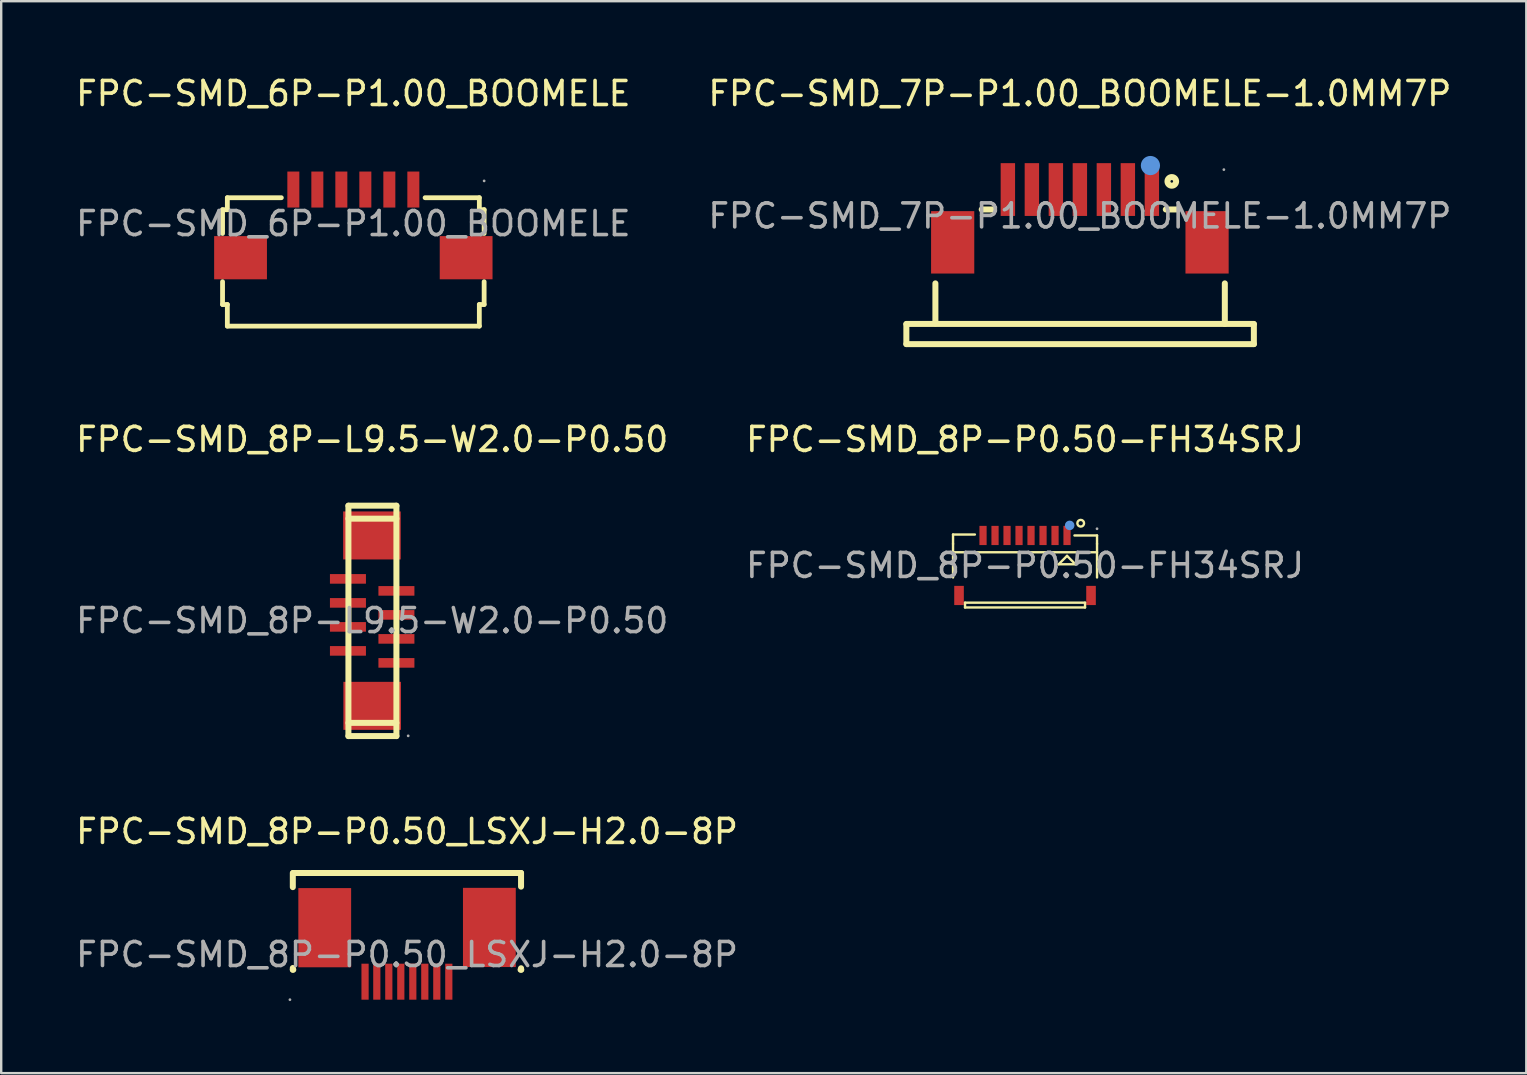
<source format=kicad_pcb>
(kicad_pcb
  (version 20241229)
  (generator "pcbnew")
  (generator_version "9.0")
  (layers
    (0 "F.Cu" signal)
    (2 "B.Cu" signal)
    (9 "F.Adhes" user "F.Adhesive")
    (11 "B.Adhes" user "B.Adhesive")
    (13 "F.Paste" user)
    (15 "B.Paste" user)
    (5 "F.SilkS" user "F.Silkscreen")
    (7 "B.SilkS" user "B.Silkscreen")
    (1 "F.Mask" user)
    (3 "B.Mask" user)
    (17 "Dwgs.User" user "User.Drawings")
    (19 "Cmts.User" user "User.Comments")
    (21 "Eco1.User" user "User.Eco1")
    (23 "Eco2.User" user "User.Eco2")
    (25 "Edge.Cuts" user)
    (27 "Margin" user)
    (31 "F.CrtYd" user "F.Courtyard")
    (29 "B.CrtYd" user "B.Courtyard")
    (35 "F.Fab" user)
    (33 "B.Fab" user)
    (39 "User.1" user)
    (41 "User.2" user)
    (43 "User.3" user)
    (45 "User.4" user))
  (footprint "FPC-SMD_8P-P0.50-FH34SRJ"
    (layer "F.Cu")
    (at 39.661 20.512)
    (property "Reference" "FPC-SMD_8P-P0.50-FH34SRJ" (at 0 -5.25 0) (layer "F.SilkS") (effects (font (size 1 1) (thickness 0.15))))
    (attr through_hole)
    (fp_line (start -3 -1.29) (end -2.09 -1.29) (stroke (width 0.1) (type solid)) (layer "F.SilkS"))
    (fp_line (start -3 -0.9) (end -3 -1.29) (stroke (width 0.1) (type solid)) (layer "F.SilkS"))
    (fp_line (start -3 -0.9) (end -3 0.5) (stroke (width 0.1) (type solid)) (layer "F.SilkS"))
    (fp_line (start -3 -0.55) (end 3 -0.55) (stroke (width 0.1) (type solid)) (layer "F.SilkS"))
    (fp_line (start -2.5 1.55) (end -2.5 1.75) (stroke (width 0.1) (type solid)) (layer "F.SilkS"))
    (fp_line (start -2.5 1.75) (end 2.5 1.75) (stroke (width 0.1) (type solid)) (layer "F.SilkS"))
    (fp_line (start 1.4 -0.05) (end 2.1 -0.05) (stroke (width 0.1) (type solid)) (layer "F.SilkS"))
    (fp_line (start 1.75 -0.4) (end 1.4 -0.05) (stroke (width 0.1) (type solid)) (layer "F.SilkS"))
    (fp_line (start 2.1 -0.05) (end 1.75 -0.4) (stroke (width 0.1) (type solid)) (layer "F.SilkS"))
    (fp_line (start 2.5 1.55) (end -2.5 1.55) (stroke (width 0.1) (type solid)) (layer "F.SilkS"))
    (fp_line (start 2.5 1.55) (end 2.5 1.75) (stroke (width 0.1) (type solid)) (layer "F.SilkS"))
    (fp_line (start 3 -1.25) (end 2.06 -1.25) (stroke (width 0.1) (type solid)) (layer "F.SilkS"))
    (fp_line (start 3 -0.9) (end 3 -1.25) (stroke (width 0.1) (type solid)) (layer "F.SilkS"))
    (fp_line (start 3 0.5) (end 3 -0.9) (stroke (width 0.1) (type solid)) (layer "F.SilkS"))
    (fp_circle (center 2.32 -1.76) (end 2.46 -1.76) (stroke (width 0.1) (type solid)) (fill no) (layer "F.SilkS"))
    (fp_circle (center 1.86 -1.67) (end 1.96 -1.67) (stroke (width 0.2) (type solid)) (fill no) (layer "Cmts.User"))
    (fp_circle (center 3 -1.53) (end 3.03 -1.53) (stroke (width 0.06) (type solid)) (fill no) (layer "F.Fab"))
    (fp_text user "${REFERENCE}" (at 0 0 0) (layer "F.Fab") (effects (font (size 1 1) (thickness 0.15))))
    (pad "0" smd rect (at -2.75 1.25) (size 0.4 0.8) (layers "F.Cu" "F.Mask" "F.Paste"))
    (pad "0" smd rect (at 2.75 1.25 180) (size 0.4 0.8) (layers "F.Cu" "F.Mask" "F.Paste"))
    (pad "1" smd rect (at 1.75 -1.25 180) (size 0.3 0.8) (layers "F.Cu" "F.Mask" "F.Paste"))
    (pad "2" smd rect (at 1.25 -1.25 180) (size 0.3 0.8) (layers "F.Cu" "F.Mask" "F.Paste"))
    (pad "3" smd rect (at 0.75 -1.25 180) (size 0.3 0.8) (layers "F.Cu" "F.Mask" "F.Paste"))
    (pad "4" smd rect (at 0.25 -1.25 180) (size 0.3 0.8) (layers "F.Cu" "F.Mask" "F.Paste"))
    (pad "5" smd rect (at -0.25 -1.25 180) (size 0.3 0.8) (layers "F.Cu" "F.Mask" "F.Paste"))
    (pad "6" smd rect (at -0.75 -1.25 180) (size 0.3 0.8) (layers "F.Cu" "F.Mask" "F.Paste"))
    (pad "7" smd rect (at -1.25 -1.25 180) (size 0.3 0.8) (layers "F.Cu" "F.Mask" "F.Paste"))
    (pad "8" smd rect (at -1.75 -1.25 180) (size 0.3 0.8) (layers "F.Cu" "F.Mask" "F.Paste")))
  (footprint "FPC-SMD_7P-P1.00_BOOMELE-1.0MM7P"
    (layer "F.Cu")
    (at 41.946 5.948)
    (property "Reference" "FPC-SMD_7P-P1.00_BOOMELE-1.0MM7P" (at 0 -5.1 0) (layer "F.SilkS") (effects (font (size 1 1) (thickness 0.15))))
    (attr through_hole)
    (fp_line (start -7.23 5.34) (end -7.23 4.51) (stroke (width 0.25) (type solid)) (layer "F.SilkS"))
    (fp_line (start -7.23 5.34) (end 7.25 5.34) (stroke (width 0.25) (type solid)) (layer "F.SilkS"))
    (fp_line (start -6.02 2.81) (end -6.02 4.48) (stroke (width 0.25) (type solid)) (layer "F.SilkS"))
    (fp_line (start -4.09 -0.27) (end -3.59 -0.27) (stroke (width 0.25) (type solid)) (layer "F.SilkS"))
    (fp_line (start 3.58 -0.27) (end 4.08 -0.27) (stroke (width 0.25) (type solid)) (layer "F.SilkS"))
    (fp_line (start 6.04 4.5) (end 6.04 2.81) (stroke (width 0.25) (type solid)) (layer "F.SilkS"))
    (fp_line (start 7.25 4.5) (end -7.23 4.5) (stroke (width 0.25) (type solid)) (layer "F.SilkS"))
    (fp_line (start 7.25 5.34) (end 7.25 4.51) (stroke (width 0.25) (type solid)) (layer "F.SilkS"))
    (fp_circle (center 3.83 -1.44) (end 4.01 -1.44) (stroke (width 0.25) (type solid)) (fill no) (layer "F.SilkS"))
    (fp_circle (center 2.94 -2.1) (end 3.14 -2.1) (stroke (width 0.4) (type solid)) (fill no) (layer "Cmts.User"))
    (fp_circle (center 6 -1.93) (end 6.03 -1.93) (stroke (width 0.06) (type solid)) (fill no) (layer "F.Fab"))
    (fp_text user "${REFERENCE}" (at 0 0 0) (layer "F.Fab") (effects (font (size 1 1) (thickness 0.15))))
    (pad "1" smd rect (at 3 -1.1 180) (size 0.6 2.2) (layers "F.Cu" "F.Mask" "F.Paste"))
    (pad "2" smd rect (at 2 -1.1 180) (size 0.6 2.2) (layers "F.Cu" "F.Mask" "F.Paste"))
    (pad "3" smd rect (at 1 -1.1 180) (size 0.6 2.2) (layers "F.Cu" "F.Mask" "F.Paste"))
    (pad "4" smd rect (at 0 -1.1 180) (size 0.6 2.2) (layers "F.Cu" "F.Mask" "F.Paste"))
    (pad "5" smd rect (at -1 -1.1 180) (size 0.6 2.2) (layers "F.Cu" "F.Mask" "F.Paste"))
    (pad "6" smd rect (at -2 -1.1 180) (size 0.6 2.2) (layers "F.Cu" "F.Mask" "F.Paste"))
    (pad "7" smd rect (at -3 -1.1 180) (size 0.6 2.2) (layers "F.Cu" "F.Mask" "F.Paste"))
    (pad "8" smd rect (at -5.3 1.1 270) (size 2.6 1.8) (layers "F.Cu" "F.Mask" "F.Paste"))
    (pad "9" smd rect (at 5.3 1.1 270) (size 2.6 1.8) (layers "F.Cu" "F.Mask" "F.Paste")))
  (footprint "FPC-SMD_8P-P0.50_LSXJ-H2.0-8P"
    (layer "F.Cu")
    (at 13.911 36.725)
    (property "Reference" "FPC-SMD_8P-P0.50_LSXJ-H2.0-8P" (at 0 -5.13 0) (layer "F.SilkS") (effects (font (size 1 1) (thickness 0.15))))
    (attr through_hole)
    (fp_line (start -4.76 -3.4) (end -4.76 -2.81) (stroke (width 0.25) (type solid)) (layer "F.SilkS"))
    (fp_line (start -4.76 0.56) (end -4.76 0.63) (stroke (width 0.25) (type solid)) (layer "F.SilkS"))
    (fp_line (start -4.76 0.63) (end -4.74 0.63) (stroke (width 0.25) (type solid)) (layer "F.SilkS"))
    (fp_line (start 4.73 0.63) (end 4.76 0.63) (stroke (width 0.25) (type solid)) (layer "F.SilkS"))
    (fp_line (start 4.75 -3.4) (end -4.74 -3.4) (stroke (width 0.25) (type solid)) (layer "F.SilkS"))
    (fp_line (start 4.75 -2.83) (end 4.75 -3.4) (stroke (width 0.25) (type solid)) (layer "F.SilkS"))
    (fp_line (start 4.75 0.63) (end 4.75 0.57) (stroke (width 0.25) (type solid)) (layer "F.SilkS"))
    (fp_circle (center -4.88 1.88) (end -4.85 1.88) (stroke (width 0.06) (type solid)) (fill no) (layer "F.Fab"))
    (fp_text user "${REFERENCE}" (at 0 0 0) (layer "F.Fab") (effects (font (size 1 1) (thickness 0.15))))
    (pad "1" smd rect (at -1.75 1.13) (size 0.3 1.5) (layers "F.Cu" "F.Mask" "F.Paste"))
    (pad "2" smd rect (at -1.26 1.13) (size 0.3 1.5) (layers "F.Cu" "F.Mask" "F.Paste"))
    (pad "3" smd rect (at -0.76 1.13) (size 0.3 1.5) (layers "F.Cu" "F.Mask" "F.Paste"))
    (pad "4" smd rect (at -0.26 1.13) (size 0.3 1.5) (layers "F.Cu" "F.Mask" "F.Paste"))
    (pad "5" smd rect (at 0.24 1.13) (size 0.3 1.5) (layers "F.Cu" "F.Mask" "F.Paste"))
    (pad "6" smd rect (at 0.74 1.13) (size 0.3 1.5) (layers "F.Cu" "F.Mask" "F.Paste"))
    (pad "7" smd rect (at 1.24 1.13) (size 0.3 1.5) (layers "F.Cu" "F.Mask" "F.Paste"))
    (pad "8" smd rect (at 1.74 1.13) (size 0.3 1.5) (layers "F.Cu" "F.Mask" "F.Paste"))
    (pad "9" smd rect (at 3.43 -1.13 180) (size 2.2 3.3) (layers "F.Cu" "F.Mask" "F.Paste"))
    (pad "10" smd rect (at -3.43 -1.12) (size 2.2 3.3) (layers "F.Cu" "F.Mask" "F.Paste")))
  (footprint "FPC-SMD_6P-P1.00_BOOMELE"
    (layer "F.Cu")
    (at 11.673 6.268)
    (property "Reference" "FPC-SMD_6P-P1.00_BOOMELE" (at 0 -5.42 0) (layer "F.SilkS") (effects (font (size 1 1) (thickness 0.15))))
    (attr through_hole)
    (fp_line (start -5.45 -0.58) (end -5.25 -0.58) (stroke (width 0.2) (type solid)) (layer "F.SilkS"))
    (fp_line (start -5.45 0.41) (end -5.45 -0.58) (stroke (width 0.2) (type solid)) (layer "F.SilkS"))
    (fp_line (start -5.45 3.37) (end -5.45 2.42) (stroke (width 0.2) (type solid)) (layer "F.SilkS"))
    (fp_line (start -5.25 -1.08) (end -3 -1.08) (stroke (width 0.2) (type solid)) (layer "F.SilkS"))
    (fp_line (start -5.25 -0.58) (end -5.25 -1.08) (stroke (width 0.2) (type solid)) (layer "F.SilkS"))
    (fp_line (start -5.25 3.37) (end -5.45 3.37) (stroke (width 0.2) (type solid)) (layer "F.SilkS"))
    (fp_line (start -5.25 3.37) (end -5.25 4.27) (stroke (width 0.2) (type solid)) (layer "F.SilkS"))
    (fp_line (start -5.25 4.27) (end 5.25 4.27) (stroke (width 0.2) (type solid)) (layer "F.SilkS"))
    (fp_line (start 5.25 -1.08) (end 2.99 -1.08) (stroke (width 0.2) (type solid)) (layer "F.SilkS"))
    (fp_line (start 5.25 -0.58) (end 5.25 -1.08) (stroke (width 0.2) (type solid)) (layer "F.SilkS"))
    (fp_line (start 5.25 3.37) (end 5.25 4.27) (stroke (width 0.2) (type solid)) (layer "F.SilkS"))
    (fp_line (start 5.25 3.37) (end 5.45 3.37) (stroke (width 0.2) (type solid)) (layer "F.SilkS"))
    (fp_line (start 5.45 -0.58) (end 5.25 -0.58) (stroke (width 0.2) (type solid)) (layer "F.SilkS"))
    (fp_line (start 5.45 0.41) (end 5.45 -0.58) (stroke (width 0.2) (type solid)) (layer "F.SilkS"))
    (fp_line (start 5.45 3.37) (end 5.45 2.42) (stroke (width 0.2) (type solid)) (layer "F.SilkS"))
    (fp_circle (center 5.45 -1.78) (end 5.48 -1.78) (stroke (width 0.06) (type solid)) (fill no) (layer "F.Fab"))
    (fp_text user "${REFERENCE}" (at 0 0 0) (layer "F.Fab") (effects (font (size 1 1) (thickness 0.15))))
    (pad "1" smd rect (at 2.5 -1.42 180) (size 0.5 1.5) (layers "F.Cu" "F.Mask" "F.Paste"))
    (pad "2" smd rect (at 1.5 -1.42 180) (size 0.5 1.5) (layers "F.Cu" "F.Mask" "F.Paste"))
    (pad "3" smd rect (at 0.5 -1.42 180) (size 0.5 1.5) (layers "F.Cu" "F.Mask" "F.Paste"))
    (pad "4" smd rect (at -0.5 -1.42 180) (size 0.5 1.5) (layers "F.Cu" "F.Mask" "F.Paste"))
    (pad "5" smd rect (at -1.5 -1.42 180) (size 0.5 1.5) (layers "F.Cu" "F.Mask" "F.Paste"))
    (pad "6" smd rect (at -2.5 -1.42 180) (size 0.5 1.5) (layers "F.Cu" "F.Mask" "F.Paste"))
    (pad "7" smd rect (at -4.7 1.42) (size 2.2 1.8) (layers "F.Cu" "F.Mask" "F.Paste"))
    (pad "8" smd rect (at 4.7 1.42) (size 2.2 1.8) (layers "F.Cu" "F.Mask" "F.Paste")))
  (footprint "FPC-SMD_8P-L9.5-W2.0-P0.50"
    (layer "F.Cu")
    (at 12.458 22.811)
    (property "Reference" "FPC-SMD_8P-L9.5-W2.0-P0.50" (at 0 -7.55 0) (layer "F.SilkS") (effects (font (size 1 1) (thickness 0.15))))
    (attr through_hole)
    (fp_line (start -0.99 -4.79) (end -0.99 4.81) (stroke (width 0.25) (type solid)) (layer "F.SilkS"))
    (fp_line (start -0.99 -4.25) (end 1.01 -4.25) (stroke (width 0.25) (type solid)) (layer "F.SilkS"))
    (fp_line (start -0.99 4.26) (end 1.01 4.26) (stroke (width 0.25) (type solid)) (layer "F.SilkS"))
    (fp_line (start -0.99 4.81) (end 1.01 4.81) (stroke (width 0.25) (type solid)) (layer "F.SilkS"))
    (fp_line (start 1.01 -4.79) (end -0.99 -4.79) (stroke (width 0.25) (type solid)) (layer "F.SilkS"))
    (fp_line (start 1.01 4.81) (end 1.01 -4.79) (stroke (width 0.25) (type solid)) (layer "F.SilkS"))
    (fp_circle (center 1.5 4.8) (end 1.53 4.8) (stroke (width 0.06) (type solid)) (fill no) (layer "F.Fab"))
    (fp_text user "${REFERENCE}" (at 0 0 0) (layer "F.Fab") (effects (font (size 1 1) (thickness 0.15))))
    (pad "1" smd rect (at 1.01 1.76 90) (size 0.4 1.5) (layers "F.Cu" "F.Mask" "F.Paste"))
    (pad "2" smd rect (at -1.01 1.26 90) (size 0.4 1.5) (layers "F.Cu" "F.Mask" "F.Paste"))
    (pad "3" smd rect (at 1.01 0.76 90) (size 0.4 1.5) (layers "F.Cu" "F.Mask" "F.Paste"))
    (pad "4" smd rect (at -1.01 0.26 90) (size 0.4 1.5) (layers "F.Cu" "F.Mask" "F.Paste"))
    (pad "5" smd rect (at 1.01 -0.24 90) (size 0.4 1.5) (layers "F.Cu" "F.Mask" "F.Paste"))
    (pad "6" smd rect (at -1.01 -0.74 90) (size 0.4 1.5) (layers "F.Cu" "F.Mask" "F.Paste"))
    (pad "7" smd rect (at 1.01 -1.24 90) (size 0.4 1.5) (layers "F.Cu" "F.Mask" "F.Paste"))
    (pad "8" smd rect (at -1.01 -1.74 90) (size 0.4 1.5) (layers "F.Cu" "F.Mask" "F.Paste"))
    (pad "9" smd rect (at -0.01 -3.55 90) (size 2 2.4) (layers "F.Cu" "F.Mask" "F.Paste"))
    (pad "10" smd rect (at 0 3.55 90) (size 2 2.4) (layers "F.Cu" "F.Mask" "F.Paste")))
  (gr_rect
    (start -3 -3)
    (end 60.548 41.665)
    (stroke (width 0.1) (type default))
    (fill no)
    (layer "Edge.Cuts")))
</source>
